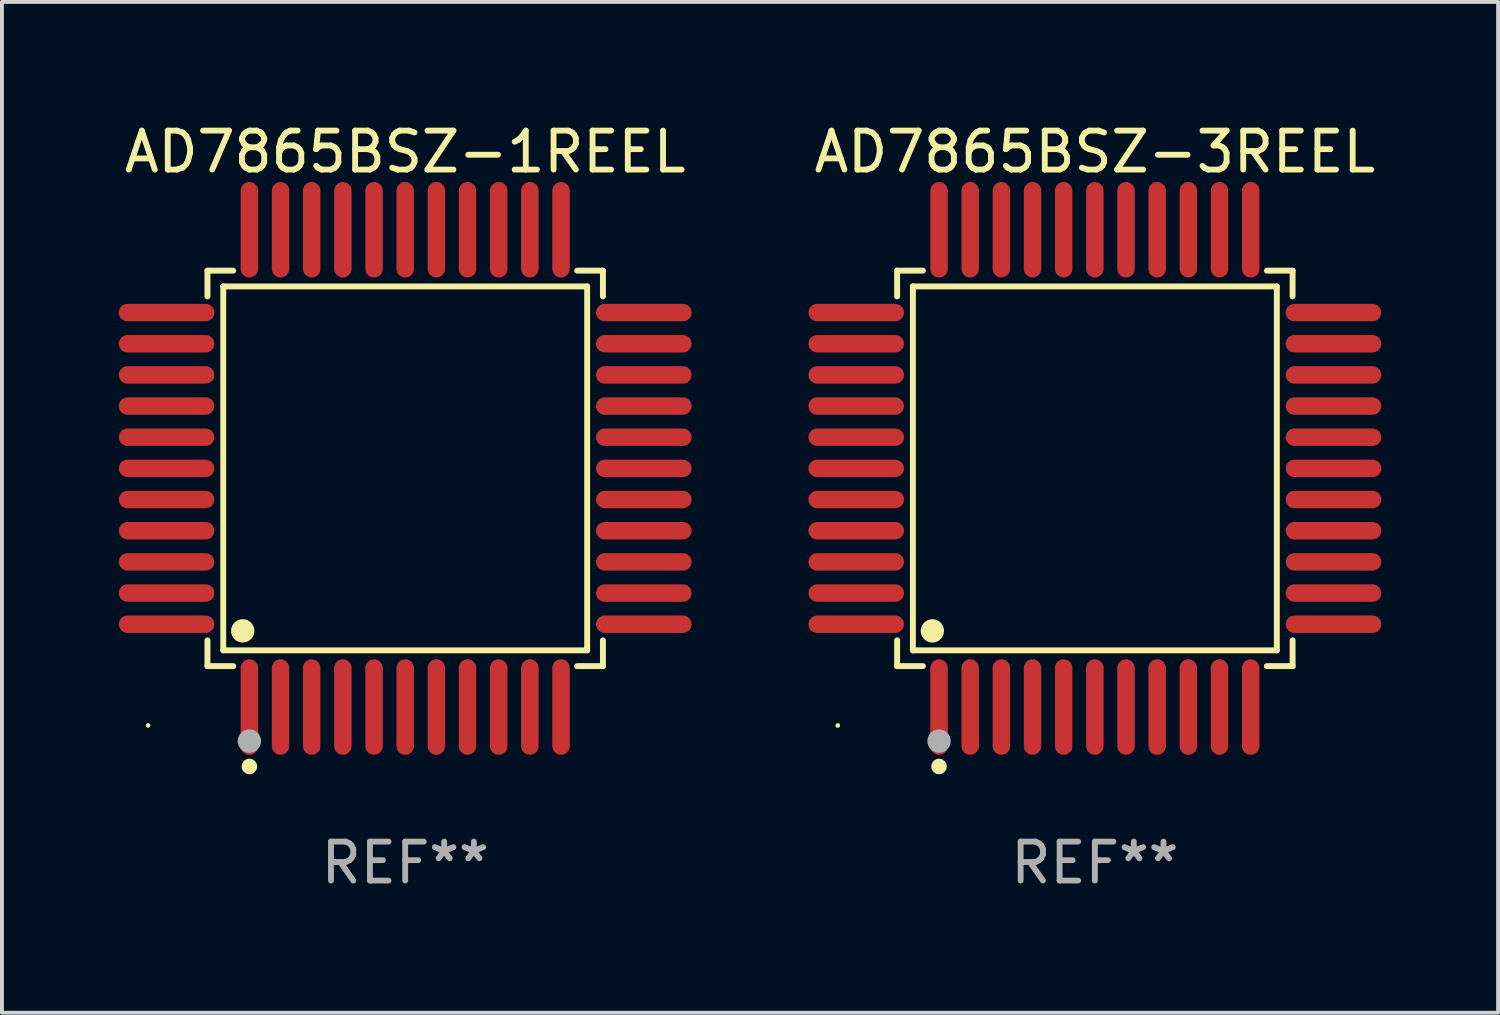
<source format=kicad_pcb>
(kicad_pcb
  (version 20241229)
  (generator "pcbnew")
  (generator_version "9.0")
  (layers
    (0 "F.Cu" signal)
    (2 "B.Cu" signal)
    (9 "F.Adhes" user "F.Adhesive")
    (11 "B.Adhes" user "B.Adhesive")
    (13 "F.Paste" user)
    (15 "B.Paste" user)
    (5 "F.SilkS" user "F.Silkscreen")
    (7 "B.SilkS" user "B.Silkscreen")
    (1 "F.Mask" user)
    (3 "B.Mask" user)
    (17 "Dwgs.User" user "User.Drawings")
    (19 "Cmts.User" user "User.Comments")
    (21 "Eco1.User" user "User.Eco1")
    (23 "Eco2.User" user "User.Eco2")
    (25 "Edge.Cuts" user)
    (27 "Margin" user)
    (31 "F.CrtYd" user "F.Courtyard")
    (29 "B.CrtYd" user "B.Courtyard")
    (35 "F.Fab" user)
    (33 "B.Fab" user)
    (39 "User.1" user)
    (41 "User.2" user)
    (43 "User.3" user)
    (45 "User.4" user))
  (footprint "AD7865BSZ-1REEL"
    (layer "F.Cu")
    (at 7.352 8.974)
    (property "Reference" "AD7865BSZ-1REEL" (at 0 -8.126 0) (layer "F.SilkS") (effects (font (size 1 1) (thickness 0.15))))
    (attr through_hole)
    (fp_line (start -5.076 -5.076) (end -4.415 -5.076) (stroke (width 0.152) (type solid)) (layer "F.SilkS"))
    (fp_line (start -5.076 -4.415) (end -5.076 -5.076) (stroke (width 0.152) (type solid)) (layer "F.SilkS"))
    (fp_line (start -5.076 4.415) (end -5.076 5.076) (stroke (width 0.152) (type solid)) (layer "F.SilkS"))
    (fp_line (start -5.076 5.076) (end -4.415 5.076) (stroke (width 0.152) (type solid)) (layer "F.SilkS"))
    (fp_line (start -4.671 -4.671) (end 4.671 -4.671) (stroke (width 0.152) (type solid)) (layer "F.SilkS"))
    (fp_line (start -4.671 4.671) (end -4.671 -4.671) (stroke (width 0.152) (type solid)) (layer "F.SilkS"))
    (fp_line (start 4.671 -4.671) (end 4.671 4.671) (stroke (width 0.152) (type solid)) (layer "F.SilkS"))
    (fp_line (start 4.671 4.671) (end -4.671 4.671) (stroke (width 0.152) (type solid)) (layer "F.SilkS"))
    (fp_line (start 5.076 -5.076) (end 4.415 -5.076) (stroke (width 0.152) (type solid)) (layer "F.SilkS"))
    (fp_line (start 5.076 -4.415) (end 5.076 -5.076) (stroke (width 0.152) (type solid)) (layer "F.SilkS"))
    (fp_line (start 5.076 4.415) (end 5.076 5.076) (stroke (width 0.152) (type solid)) (layer "F.SilkS"))
    (fp_line (start 5.076 5.076) (end 4.415 5.076) (stroke (width 0.152) (type solid)) (layer "F.SilkS"))
    (fp_circle (center -6.6 6.6) (end -6.57 6.6) (stroke (width 0.06) (type solid)) (fill no) (layer "F.SilkS"))
    (fp_circle (center -4.171 4.171) (end -4.021 4.171) (stroke (width 0.3) (type solid)) (fill no) (layer "F.SilkS"))
    (fp_circle (center -4 7.652) (end -3.9 7.652) (stroke (width 0.2) (type solid)) (fill no) (layer "F.SilkS"))
    (fp_circle (center -4 7) (end -3.85 7) (stroke (width 0.3) (type solid)) (fill no) (layer "F.Fab"))
    (fp_text user "REF**" (at 0 10.126 0) (layer "F.Fab") (effects (font (size 1 1) (thickness 0.15))))
    (pad "1" smd oval (at -4 6.126) (size 0.448 2.452) (layers "F.Cu" "F.Mask" "F.Paste"))
    (pad "2" smd oval (at -3.2 6.126) (size 0.448 2.452) (layers "F.Cu" "F.Mask" "F.Paste"))
    (pad "3" smd oval (at -2.4 6.126) (size 0.448 2.452) (layers "F.Cu" "F.Mask" "F.Paste"))
    (pad "4" smd oval (at -1.6 6.126) (size 0.448 2.452) (layers "F.Cu" "F.Mask" "F.Paste"))
    (pad "5" smd oval (at -0.8 6.126) (size 0.448 2.452) (layers "F.Cu" "F.Mask" "F.Paste"))
    (pad "6" smd oval (at 0 6.126) (size 0.448 2.452) (layers "F.Cu" "F.Mask" "F.Paste"))
    (pad "7" smd oval (at 0.8 6.126) (size 0.448 2.452) (layers "F.Cu" "F.Mask" "F.Paste"))
    (pad "8" smd oval (at 1.6 6.126) (size 0.448 2.452) (layers "F.Cu" "F.Mask" "F.Paste"))
    (pad "9" smd oval (at 2.4 6.126) (size 0.448 2.452) (layers "F.Cu" "F.Mask" "F.Paste"))
    (pad "10" smd oval (at 3.2 6.126) (size 0.448 2.452) (layers "F.Cu" "F.Mask" "F.Paste"))
    (pad "11" smd oval (at 4 6.126) (size 0.448 2.452) (layers "F.Cu" "F.Mask" "F.Paste"))
    (pad "12" smd oval (at 6.126 4) (size 2.452 0.448) (layers "F.Cu" "F.Mask" "F.Paste"))
    (pad "13" smd oval (at 6.126 3.2) (size 2.452 0.448) (layers "F.Cu" "F.Mask" "F.Paste"))
    (pad "14" smd oval (at 6.126 2.4) (size 2.452 0.448) (layers "F.Cu" "F.Mask" "F.Paste"))
    (pad "15" smd oval (at 6.126 1.6) (size 2.452 0.448) (layers "F.Cu" "F.Mask" "F.Paste"))
    (pad "16" smd oval (at 6.126 0.8) (size 2.452 0.448) (layers "F.Cu" "F.Mask" "F.Paste"))
    (pad "17" smd oval (at 6.126 0) (size 2.452 0.448) (layers "F.Cu" "F.Mask" "F.Paste"))
    (pad "18" smd oval (at 6.126 -0.8) (size 2.452 0.448) (layers "F.Cu" "F.Mask" "F.Paste"))
    (pad "19" smd oval (at 6.126 -1.6) (size 2.452 0.448) (layers "F.Cu" "F.Mask" "F.Paste"))
    (pad "20" smd oval (at 6.126 -2.4) (size 2.452 0.448) (layers "F.Cu" "F.Mask" "F.Paste"))
    (pad "21" smd oval (at 6.126 -3.2) (size 2.452 0.448) (layers "F.Cu" "F.Mask" "F.Paste"))
    (pad "22" smd oval (at 6.126 -4) (size 2.452 0.448) (layers "F.Cu" "F.Mask" "F.Paste"))
    (pad "23" smd oval (at 4 -6.126) (size 0.448 2.452) (layers "F.Cu" "F.Mask" "F.Paste"))
    (pad "24" smd oval (at 3.2 -6.126) (size 0.448 2.452) (layers "F.Cu" "F.Mask" "F.Paste"))
    (pad "25" smd oval (at 2.4 -6.126) (size 0.448 2.452) (layers "F.Cu" "F.Mask" "F.Paste"))
    (pad "26" smd oval (at 1.6 -6.126) (size 0.448 2.452) (layers "F.Cu" "F.Mask" "F.Paste"))
    (pad "27" smd oval (at 0.8 -6.126) (size 0.448 2.452) (layers "F.Cu" "F.Mask" "F.Paste"))
    (pad "28" smd oval (at 0 -6.126) (size 0.448 2.452) (layers "F.Cu" "F.Mask" "F.Paste"))
    (pad "29" smd oval (at -0.8 -6.126) (size 0.448 2.452) (layers "F.Cu" "F.Mask" "F.Paste"))
    (pad "30" smd oval (at -1.6 -6.126) (size 0.448 2.452) (layers "F.Cu" "F.Mask" "F.Paste"))
    (pad "31" smd oval (at -2.4 -6.126) (size 0.448 2.452) (layers "F.Cu" "F.Mask" "F.Paste"))
    (pad "32" smd oval (at -3.2 -6.126) (size 0.448 2.452) (layers "F.Cu" "F.Mask" "F.Paste"))
    (pad "33" smd oval (at -4 -6.126) (size 0.448 2.452) (layers "F.Cu" "F.Mask" "F.Paste"))
    (pad "34" smd oval (at -6.126 -4) (size 2.452 0.448) (layers "F.Cu" "F.Mask" "F.Paste"))
    (pad "35" smd oval (at -6.126 -3.2) (size 2.452 0.448) (layers "F.Cu" "F.Mask" "F.Paste"))
    (pad "36" smd oval (at -6.126 -2.4) (size 2.452 0.448) (layers "F.Cu" "F.Mask" "F.Paste"))
    (pad "37" smd oval (at -6.126 -1.6) (size 2.452 0.448) (layers "F.Cu" "F.Mask" "F.Paste"))
    (pad "38" smd oval (at -6.126 -0.8) (size 2.452 0.448) (layers "F.Cu" "F.Mask" "F.Paste"))
    (pad "39" smd oval (at -6.126 0) (size 2.452 0.448) (layers "F.Cu" "F.Mask" "F.Paste"))
    (pad "40" smd oval (at -6.126 0.8) (size 2.452 0.448) (layers "F.Cu" "F.Mask" "F.Paste"))
    (pad "41" smd oval (at -6.126 1.6) (size 2.452 0.448) (layers "F.Cu" "F.Mask" "F.Paste"))
    (pad "42" smd oval (at -6.126 2.4) (size 2.452 0.448) (layers "F.Cu" "F.Mask" "F.Paste"))
    (pad "43" smd oval (at -6.126 3.2) (size 2.452 0.448) (layers "F.Cu" "F.Mask" "F.Paste"))
    (pad "44" smd oval (at -6.126 4) (size 2.452 0.448) (layers "F.Cu" "F.Mask" "F.Paste")))
  (footprint "AD7865BSZ-3REEL"
    (layer "F.Cu")
    (at 25.056 8.974)
    (property "Reference" "AD7865BSZ-3REEL" (at 0 -8.126 0) (layer "F.SilkS") (effects (font (size 1 1) (thickness 0.15))))
    (attr through_hole)
    (fp_line (start -5.076 -5.076) (end -4.415 -5.076) (stroke (width 0.152) (type solid)) (layer "F.SilkS"))
    (fp_line (start -5.076 -4.415) (end -5.076 -5.076) (stroke (width 0.152) (type solid)) (layer "F.SilkS"))
    (fp_line (start -5.076 4.415) (end -5.076 5.076) (stroke (width 0.152) (type solid)) (layer "F.SilkS"))
    (fp_line (start -5.076 5.076) (end -4.415 5.076) (stroke (width 0.152) (type solid)) (layer "F.SilkS"))
    (fp_line (start -4.671 -4.671) (end 4.671 -4.671) (stroke (width 0.152) (type solid)) (layer "F.SilkS"))
    (fp_line (start -4.671 4.671) (end -4.671 -4.671) (stroke (width 0.152) (type solid)) (layer "F.SilkS"))
    (fp_line (start 4.671 -4.671) (end 4.671 4.671) (stroke (width 0.152) (type solid)) (layer "F.SilkS"))
    (fp_line (start 4.671 4.671) (end -4.671 4.671) (stroke (width 0.152) (type solid)) (layer "F.SilkS"))
    (fp_line (start 5.076 -5.076) (end 4.415 -5.076) (stroke (width 0.152) (type solid)) (layer "F.SilkS"))
    (fp_line (start 5.076 -4.415) (end 5.076 -5.076) (stroke (width 0.152) (type solid)) (layer "F.SilkS"))
    (fp_line (start 5.076 4.415) (end 5.076 5.076) (stroke (width 0.152) (type solid)) (layer "F.SilkS"))
    (fp_line (start 5.076 5.076) (end 4.415 5.076) (stroke (width 0.152) (type solid)) (layer "F.SilkS"))
    (fp_circle (center -6.6 6.6) (end -6.57 6.6) (stroke (width 0.06) (type solid)) (fill no) (layer "F.SilkS"))
    (fp_circle (center -4.171 4.171) (end -4.021 4.171) (stroke (width 0.3) (type solid)) (fill no) (layer "F.SilkS"))
    (fp_circle (center -4 7.652) (end -3.9 7.652) (stroke (width 0.2) (type solid)) (fill no) (layer "F.SilkS"))
    (fp_circle (center -4 7) (end -3.85 7) (stroke (width 0.3) (type solid)) (fill no) (layer "F.Fab"))
    (fp_text user "REF**" (at 0 10.126 0) (layer "F.Fab") (effects (font (size 1 1) (thickness 0.15))))
    (pad "1" smd oval (at -4 6.126) (size 0.448 2.452) (layers "F.Cu" "F.Mask" "F.Paste"))
    (pad "2" smd oval (at -3.2 6.126) (size 0.448 2.452) (layers "F.Cu" "F.Mask" "F.Paste"))
    (pad "3" smd oval (at -2.4 6.126) (size 0.448 2.452) (layers "F.Cu" "F.Mask" "F.Paste"))
    (pad "4" smd oval (at -1.6 6.126) (size 0.448 2.452) (layers "F.Cu" "F.Mask" "F.Paste"))
    (pad "5" smd oval (at -0.8 6.126) (size 0.448 2.452) (layers "F.Cu" "F.Mask" "F.Paste"))
    (pad "6" smd oval (at 0 6.126) (size 0.448 2.452) (layers "F.Cu" "F.Mask" "F.Paste"))
    (pad "7" smd oval (at 0.8 6.126) (size 0.448 2.452) (layers "F.Cu" "F.Mask" "F.Paste"))
    (pad "8" smd oval (at 1.6 6.126) (size 0.448 2.452) (layers "F.Cu" "F.Mask" "F.Paste"))
    (pad "9" smd oval (at 2.4 6.126) (size 0.448 2.452) (layers "F.Cu" "F.Mask" "F.Paste"))
    (pad "10" smd oval (at 3.2 6.126) (size 0.448 2.452) (layers "F.Cu" "F.Mask" "F.Paste"))
    (pad "11" smd oval (at 4 6.126) (size 0.448 2.452) (layers "F.Cu" "F.Mask" "F.Paste"))
    (pad "12" smd oval (at 6.126 4) (size 2.452 0.448) (layers "F.Cu" "F.Mask" "F.Paste"))
    (pad "13" smd oval (at 6.126 3.2) (size 2.452 0.448) (layers "F.Cu" "F.Mask" "F.Paste"))
    (pad "14" smd oval (at 6.126 2.4) (size 2.452 0.448) (layers "F.Cu" "F.Mask" "F.Paste"))
    (pad "15" smd oval (at 6.126 1.6) (size 2.452 0.448) (layers "F.Cu" "F.Mask" "F.Paste"))
    (pad "16" smd oval (at 6.126 0.8) (size 2.452 0.448) (layers "F.Cu" "F.Mask" "F.Paste"))
    (pad "17" smd oval (at 6.126 0) (size 2.452 0.448) (layers "F.Cu" "F.Mask" "F.Paste"))
    (pad "18" smd oval (at 6.126 -0.8) (size 2.452 0.448) (layers "F.Cu" "F.Mask" "F.Paste"))
    (pad "19" smd oval (at 6.126 -1.6) (size 2.452 0.448) (layers "F.Cu" "F.Mask" "F.Paste"))
    (pad "20" smd oval (at 6.126 -2.4) (size 2.452 0.448) (layers "F.Cu" "F.Mask" "F.Paste"))
    (pad "21" smd oval (at 6.126 -3.2) (size 2.452 0.448) (layers "F.Cu" "F.Mask" "F.Paste"))
    (pad "22" smd oval (at 6.126 -4) (size 2.452 0.448) (layers "F.Cu" "F.Mask" "F.Paste"))
    (pad "23" smd oval (at 4 -6.126) (size 0.448 2.452) (layers "F.Cu" "F.Mask" "F.Paste"))
    (pad "24" smd oval (at 3.2 -6.126) (size 0.448 2.452) (layers "F.Cu" "F.Mask" "F.Paste"))
    (pad "25" smd oval (at 2.4 -6.126) (size 0.448 2.452) (layers "F.Cu" "F.Mask" "F.Paste"))
    (pad "26" smd oval (at 1.6 -6.126) (size 0.448 2.452) (layers "F.Cu" "F.Mask" "F.Paste"))
    (pad "27" smd oval (at 0.8 -6.126) (size 0.448 2.452) (layers "F.Cu" "F.Mask" "F.Paste"))
    (pad "28" smd oval (at 0 -6.126) (size 0.448 2.452) (layers "F.Cu" "F.Mask" "F.Paste"))
    (pad "29" smd oval (at -0.8 -6.126) (size 0.448 2.452) (layers "F.Cu" "F.Mask" "F.Paste"))
    (pad "30" smd oval (at -1.6 -6.126) (size 0.448 2.452) (layers "F.Cu" "F.Mask" "F.Paste"))
    (pad "31" smd oval (at -2.4 -6.126) (size 0.448 2.452) (layers "F.Cu" "F.Mask" "F.Paste"))
    (pad "32" smd oval (at -3.2 -6.126) (size 0.448 2.452) (layers "F.Cu" "F.Mask" "F.Paste"))
    (pad "33" smd oval (at -4 -6.126) (size 0.448 2.452) (layers "F.Cu" "F.Mask" "F.Paste"))
    (pad "34" smd oval (at -6.126 -4) (size 2.452 0.448) (layers "F.Cu" "F.Mask" "F.Paste"))
    (pad "35" smd oval (at -6.126 -3.2) (size 2.452 0.448) (layers "F.Cu" "F.Mask" "F.Paste"))
    (pad "36" smd oval (at -6.126 -2.4) (size 2.452 0.448) (layers "F.Cu" "F.Mask" "F.Paste"))
    (pad "37" smd oval (at -6.126 -1.6) (size 2.452 0.448) (layers "F.Cu" "F.Mask" "F.Paste"))
    (pad "38" smd oval (at -6.126 -0.8) (size 2.452 0.448) (layers "F.Cu" "F.Mask" "F.Paste"))
    (pad "39" smd oval (at -6.126 0) (size 2.452 0.448) (layers "F.Cu" "F.Mask" "F.Paste"))
    (pad "40" smd oval (at -6.126 0.8) (size 2.452 0.448) (layers "F.Cu" "F.Mask" "F.Paste"))
    (pad "41" smd oval (at -6.126 1.6) (size 2.452 0.448) (layers "F.Cu" "F.Mask" "F.Paste"))
    (pad "42" smd oval (at -6.126 2.4) (size 2.452 0.448) (layers "F.Cu" "F.Mask" "F.Paste"))
    (pad "43" smd oval (at -6.126 3.2) (size 2.452 0.448) (layers "F.Cu" "F.Mask" "F.Paste"))
    (pad "44" smd oval (at -6.126 4) (size 2.452 0.448) (layers "F.Cu" "F.Mask" "F.Paste")))
  (gr_rect
    (start -3 -3)
    (end 35.408 22.948)
    (stroke (width 0.1) (type default))
    (fill no)
    (layer "Edge.Cuts")))
</source>
